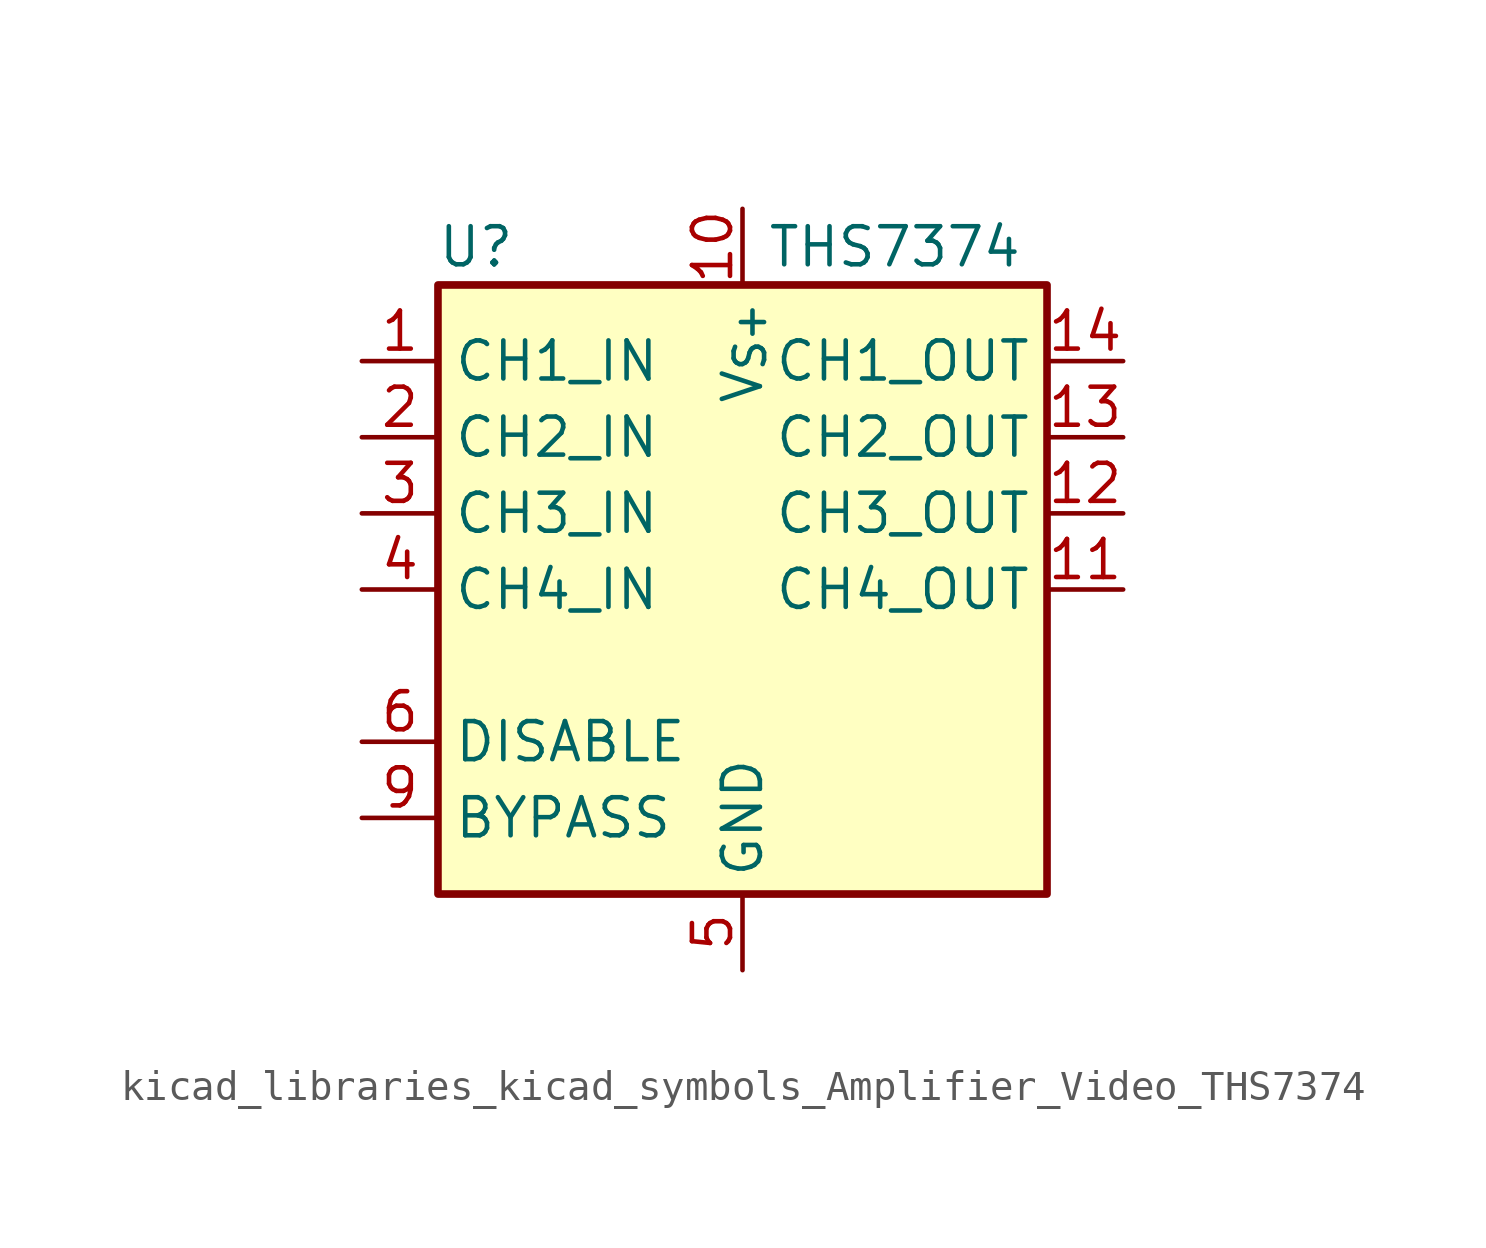
<source format=kicad_sym>
(kicad_symbol_lib
  (version 20220914)
  (generator kicad_symbol_editor)
  (symbol "kicad_libraries_kicad_symbols_Amplifier_Video_THS7374"
    (property "Reference" "U"
      (at -8.89 11.43 0)
      (effects (font (size 1.27 1.27))))
    (property "Value" "THS7374"
      (at 5.08 11.43 0)
      (effects (font (size 1.27 1.27))))
    (symbol "kicad_libraries_kicad_symbols_Amplifier_Video_THS7374_0_1"
      (rectangle (start -10.16 10.16) (end 10.16 -10.16) (stroke (width 0.254) (type default)) (fill (type background))))
    (symbol "kicad_libraries_kicad_symbols_Amplifier_Video_THS7374_1_1"
      (pin input line (at -12.7 7.62 0) (length 2.54) (name "CH1_IN" (effects (font (size 1.27 1.27)))) (number "1" (effects (font (size 1.27 1.27)))))
      (pin power_in line (at 0 12.7 270) (length 2.54) (name "V_{S+}" (effects (font (size 1.27 1.27)))) (number "10" (effects (font (size 1.27 1.27)))))
      (pin output line (at 12.7 0 180) (length 2.54) (name "CH4_OUT" (effects (font (size 1.27 1.27)))) (number "11" (effects (font (size 1.27 1.27)))))
      (pin output line (at 12.7 2.54 180) (length 2.54) (name "CH3_OUT" (effects (font (size 1.27 1.27)))) (number "12" (effects (font (size 1.27 1.27)))))
      (pin output line (at 12.7 5.08 180) (length 2.54) (name "CH2_OUT" (effects (font (size 1.27 1.27)))) (number "13" (effects (font (size 1.27 1.27)))))
      (pin output line (at 12.7 7.62 180) (length 2.54) (name "CH1_OUT" (effects (font (size 1.27 1.27)))) (number "14" (effects (font (size 1.27 1.27)))))
      (pin input line (at -12.7 5.08 0) (length 2.54) (name "CH2_IN" (effects (font (size 1.27 1.27)))) (number "2" (effects (font (size 1.27 1.27)))))
      (pin input line (at -12.7 2.54 0) (length 2.54) (name "CH3_IN" (effects (font (size 1.27 1.27)))) (number "3" (effects (font (size 1.27 1.27)))))
      (pin input line (at -12.7 0 0) (length 2.54) (name "CH4_IN" (effects (font (size 1.27 1.27)))) (number "4" (effects (font (size 1.27 1.27)))))
      (pin power_in line (at 0 -12.7 90) (length 2.54) (name "GND" (effects (font (size 1.27 1.27)))) (number "5" (effects (font (size 1.27 1.27)))))
      (pin input line (at -12.7 -5.08 0) (length 2.54) (name "DISABLE" (effects (font (size 1.27 1.27)))) (number "6" (effects (font (size 1.27 1.27)))))
      (pin no_connect line (at 10.16 -5.08 180) (length 2.54) hide (name "NC" (effects (font (size 1.27 1.27)))) (number "7" (effects (font (size 1.27 1.27)))))
      (pin no_connect line (at 10.16 -7.62 180) (length 2.54) hide (name "NC" (effects (font (size 1.27 1.27)))) (number "8" (effects (font (size 1.27 1.27)))))
      (pin input line (at -12.7 -7.62 0) (length 2.54) (name "BYPASS" (effects (font (size 1.27 1.27)))) (number "9" (effects (font (size 1.27 1.27))))))))
</source>
